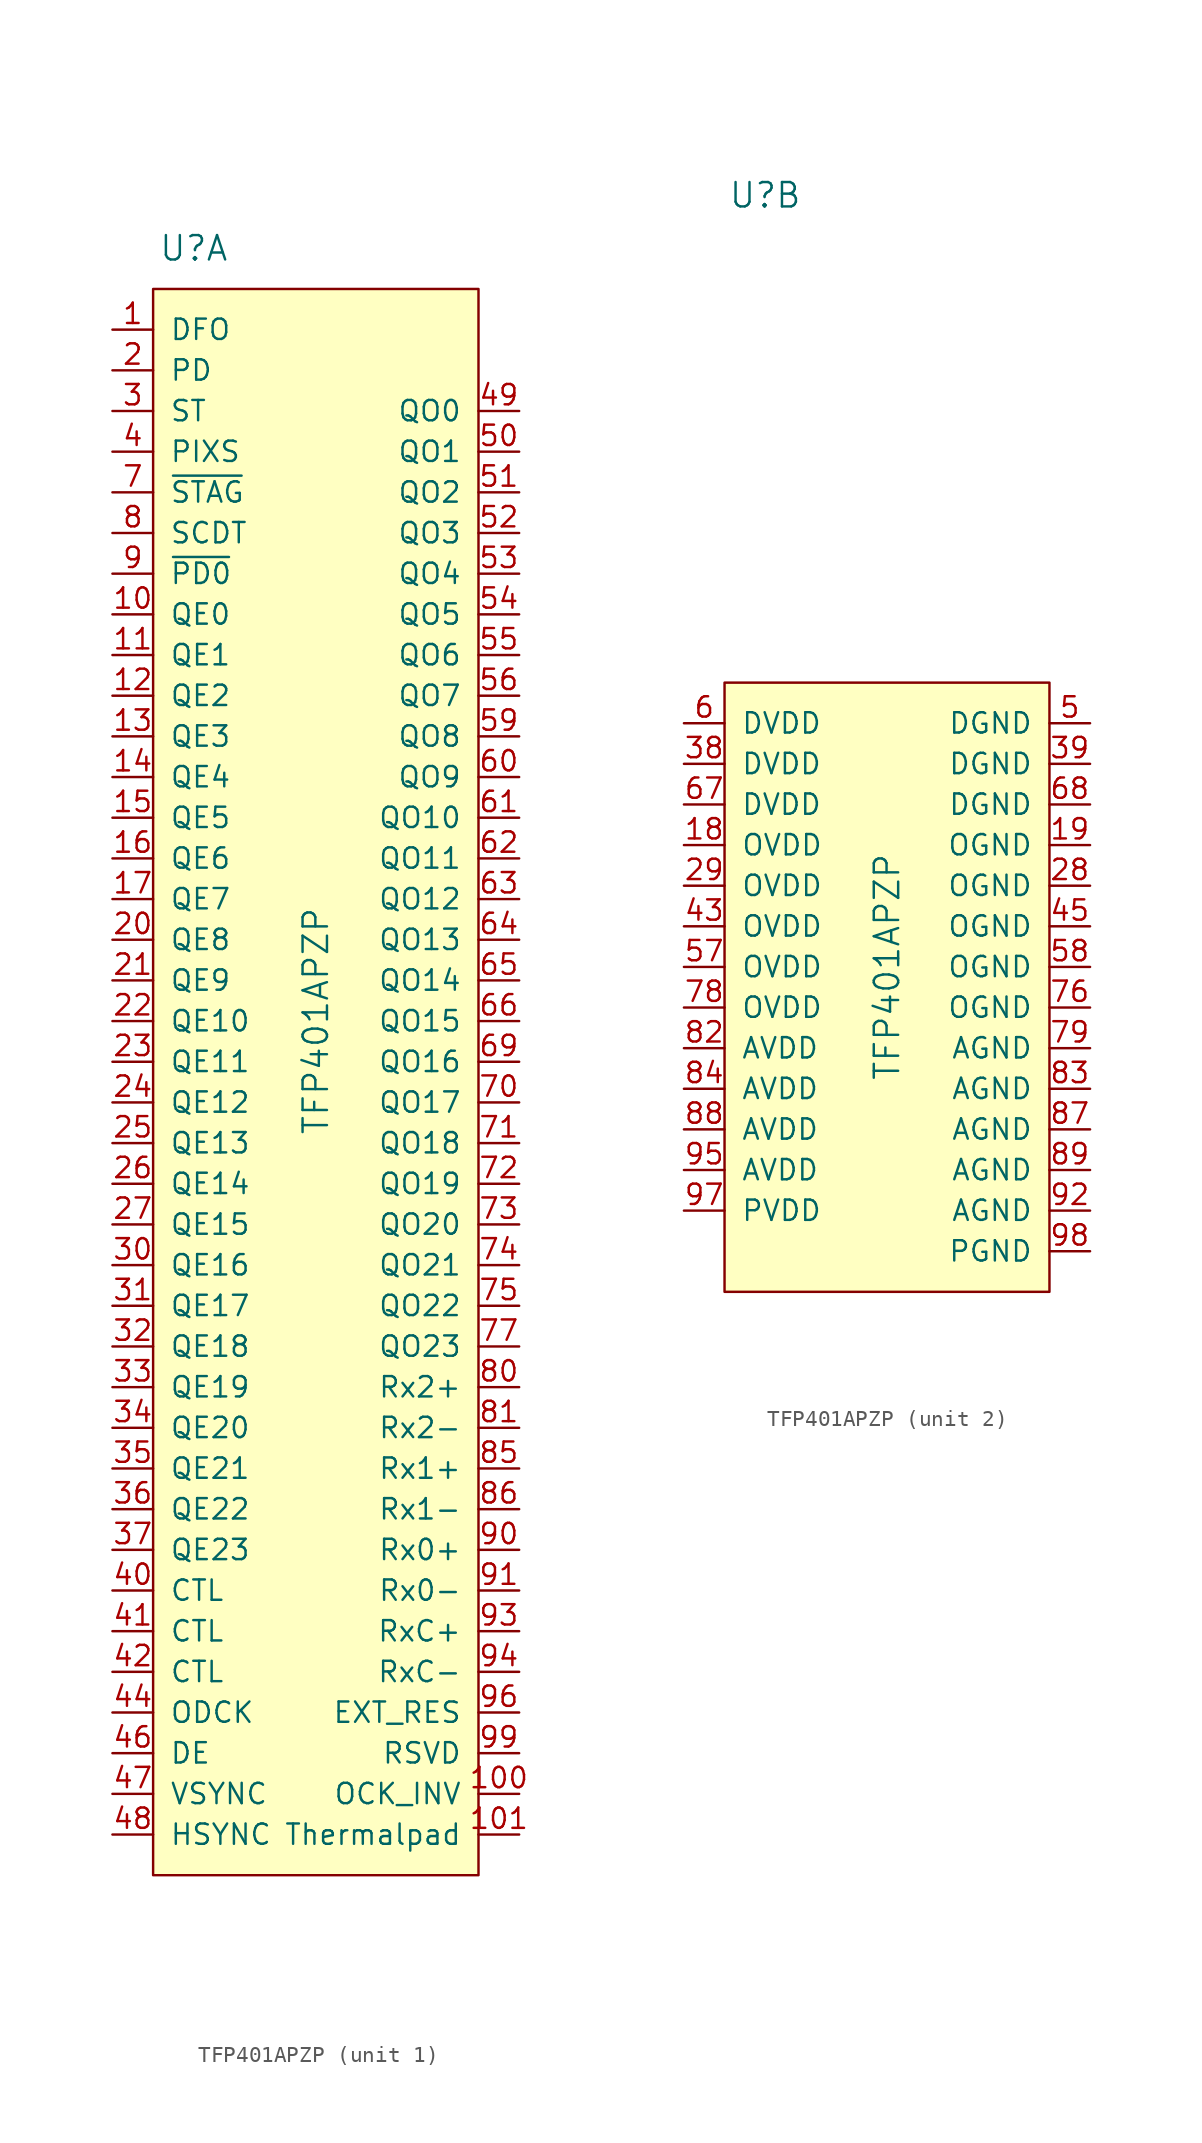
<source format=kicad_sym>
(kicad_symbol_lib
  (version 20220914)
  (generator kicad_symbol_editor)
  (symbol "TFP401APZP"
    (pin_names
      (offset 1.016))
    (property "Reference" "U"
      (at -10.16 48.26 0)
      (effects (font (size 1.524 1.524))))
    (property "Value" "TFP401APZP"
      (at -2.54 0 90)
      (effects (font (size 1.524 1.524))))
    (property "ki_locked" ""
      (at 0 0 0)
      (effects (font (size 1.27 1.27))))
    (symbol "TFP401APZP_1_1"
      (rectangle (start -12.7 45.72) (end 7.62 -53.34) (stroke (width 0) (type solid)) (fill (type background)))
      (pin input line (at -15.24 43.18 0) (length 2.54) (name "DFO" (effects (font (size 1.27 1.27)))) (number "1" (effects (font (size 1.27 1.27)))))
      (pin output line (at -15.24 25.4 0) (length 2.54) (name "QE0" (effects (font (size 1.27 1.27)))) (number "10" (effects (font (size 1.27 1.27)))))
      (pin input line (at 10.16 -48.26 180) (length 2.54) (name "OCK_INV" (effects (font (size 1.27 1.27)))) (number "100" (effects (font (size 1.27 1.27)))))
      (pin passive line (at 10.16 -50.8 180) (length 2.54) (name "Thermalpad" (effects (font (size 1.27 1.27)))) (number "101" (effects (font (size 1.27 1.27)))))
      (pin output line (at -15.24 22.86 0) (length 2.54) (name "QE1" (effects (font (size 1.27 1.27)))) (number "11" (effects (font (size 1.27 1.27)))))
      (pin output line (at -15.24 20.32 0) (length 2.54) (name "QE2" (effects (font (size 1.27 1.27)))) (number "12" (effects (font (size 1.27 1.27)))))
      (pin output line (at -15.24 17.78 0) (length 2.54) (name "QE3" (effects (font (size 1.27 1.27)))) (number "13" (effects (font (size 1.27 1.27)))))
      (pin output line (at -15.24 15.24 0) (length 2.54) (name "QE4" (effects (font (size 1.27 1.27)))) (number "14" (effects (font (size 1.27 1.27)))))
      (pin output line (at -15.24 12.7 0) (length 2.54) (name "QE5" (effects (font (size 1.27 1.27)))) (number "15" (effects (font (size 1.27 1.27)))))
      (pin output line (at -15.24 10.16 0) (length 2.54) (name "QE6" (effects (font (size 1.27 1.27)))) (number "16" (effects (font (size 1.27 1.27)))))
      (pin output line (at -15.24 7.62 0) (length 2.54) (name "QE7" (effects (font (size 1.27 1.27)))) (number "17" (effects (font (size 1.27 1.27)))))
      (pin input line (at -15.24 40.64 0) (length 2.54) (name "PD" (effects (font (size 1.27 1.27)))) (number "2" (effects (font (size 1.27 1.27)))))
      (pin output line (at -15.24 5.08 0) (length 2.54) (name "QE8" (effects (font (size 1.27 1.27)))) (number "20" (effects (font (size 1.27 1.27)))))
      (pin output line (at -15.24 2.54 0) (length 2.54) (name "QE9" (effects (font (size 1.27 1.27)))) (number "21" (effects (font (size 1.27 1.27)))))
      (pin output line (at -15.24 0 0) (length 2.54) (name "QE10" (effects (font (size 1.27 1.27)))) (number "22" (effects (font (size 1.27 1.27)))))
      (pin output line (at -15.24 -2.54 0) (length 2.54) (name "QE11" (effects (font (size 1.27 1.27)))) (number "23" (effects (font (size 1.27 1.27)))))
      (pin output line (at -15.24 -5.08 0) (length 2.54) (name "QE12" (effects (font (size 1.27 1.27)))) (number "24" (effects (font (size 1.27 1.27)))))
      (pin output line (at -15.24 -7.62 0) (length 2.54) (name "QE13" (effects (font (size 1.27 1.27)))) (number "25" (effects (font (size 1.27 1.27)))))
      (pin output line (at -15.24 -10.16 0) (length 2.54) (name "QE14" (effects (font (size 1.27 1.27)))) (number "26" (effects (font (size 1.27 1.27)))))
      (pin output line (at -15.24 -12.7 0) (length 2.54) (name "QE15" (effects (font (size 1.27 1.27)))) (number "27" (effects (font (size 1.27 1.27)))))
      (pin output line (at -15.24 38.1 0) (length 2.54) (name "ST" (effects (font (size 1.27 1.27)))) (number "3" (effects (font (size 1.27 1.27)))))
      (pin output line (at -15.24 -15.24 0) (length 2.54) (name "QE16" (effects (font (size 1.27 1.27)))) (number "30" (effects (font (size 1.27 1.27)))))
      (pin output line (at -15.24 -17.78 0) (length 2.54) (name "QE17" (effects (font (size 1.27 1.27)))) (number "31" (effects (font (size 1.27 1.27)))))
      (pin output line (at -15.24 -20.32 0) (length 2.54) (name "QE18" (effects (font (size 1.27 1.27)))) (number "32" (effects (font (size 1.27 1.27)))))
      (pin output line (at -15.24 -22.86 0) (length 2.54) (name "QE19" (effects (font (size 1.27 1.27)))) (number "33" (effects (font (size 1.27 1.27)))))
      (pin output line (at -15.24 -25.4 0) (length 2.54) (name "QE20" (effects (font (size 1.27 1.27)))) (number "34" (effects (font (size 1.27 1.27)))))
      (pin output line (at -15.24 -27.94 0) (length 2.54) (name "QE21" (effects (font (size 1.27 1.27)))) (number "35" (effects (font (size 1.27 1.27)))))
      (pin output line (at -15.24 -30.48 0) (length 2.54) (name "QE22" (effects (font (size 1.27 1.27)))) (number "36" (effects (font (size 1.27 1.27)))))
      (pin output line (at -15.24 -33.02 0) (length 2.54) (name "QE23" (effects (font (size 1.27 1.27)))) (number "37" (effects (font (size 1.27 1.27)))))
      (pin input line (at -15.24 35.56 0) (length 2.54) (name "PIXS" (effects (font (size 1.27 1.27)))) (number "4" (effects (font (size 1.27 1.27)))))
      (pin output line (at -15.24 -35.56 0) (length 2.54) (name "CTL" (effects (font (size 1.27 1.27)))) (number "40" (effects (font (size 1.27 1.27)))))
      (pin output line (at -15.24 -38.1 0) (length 2.54) (name "CTL" (effects (font (size 1.27 1.27)))) (number "41" (effects (font (size 1.27 1.27)))))
      (pin output line (at -15.24 -40.64 0) (length 2.54) (name "CTL" (effects (font (size 1.27 1.27)))) (number "42" (effects (font (size 1.27 1.27)))))
      (pin output line (at -15.24 -43.18 0) (length 2.54) (name "ODCK" (effects (font (size 1.27 1.27)))) (number "44" (effects (font (size 1.27 1.27)))))
      (pin output line (at -15.24 -45.72 0) (length 2.54) (name "DE" (effects (font (size 1.27 1.27)))) (number "46" (effects (font (size 1.27 1.27)))))
      (pin output line (at -15.24 -48.26 0) (length 2.54) (name "VSYNC" (effects (font (size 1.27 1.27)))) (number "47" (effects (font (size 1.27 1.27)))))
      (pin output line (at -15.24 -50.8 0) (length 2.54) (name "HSYNC" (effects (font (size 1.27 1.27)))) (number "48" (effects (font (size 1.27 1.27)))))
      (pin output line (at 10.16 38.1 180) (length 2.54) (name "QO0" (effects (font (size 1.27 1.27)))) (number "49" (effects (font (size 1.27 1.27)))))
      (pin output line (at 10.16 35.56 180) (length 2.54) (name "QO1" (effects (font (size 1.27 1.27)))) (number "50" (effects (font (size 1.27 1.27)))))
      (pin output line (at 10.16 33.02 180) (length 2.54) (name "QO2" (effects (font (size 1.27 1.27)))) (number "51" (effects (font (size 1.27 1.27)))))
      (pin output line (at 10.16 30.48 180) (length 2.54) (name "QO3" (effects (font (size 1.27 1.27)))) (number "52" (effects (font (size 1.27 1.27)))))
      (pin output line (at 10.16 27.94 180) (length 2.54) (name "QO4" (effects (font (size 1.27 1.27)))) (number "53" (effects (font (size 1.27 1.27)))))
      (pin output line (at 10.16 25.4 180) (length 2.54) (name "QO5" (effects (font (size 1.27 1.27)))) (number "54" (effects (font (size 1.27 1.27)))))
      (pin output line (at 10.16 22.86 180) (length 2.54) (name "QO6" (effects (font (size 1.27 1.27)))) (number "55" (effects (font (size 1.27 1.27)))))
      (pin output line (at 10.16 20.32 180) (length 2.54) (name "QO7" (effects (font (size 1.27 1.27)))) (number "56" (effects (font (size 1.27 1.27)))))
      (pin output line (at 10.16 17.78 180) (length 2.54) (name "QO8" (effects (font (size 1.27 1.27)))) (number "59" (effects (font (size 1.27 1.27)))))
      (pin output line (at 10.16 15.24 180) (length 2.54) (name "QO9" (effects (font (size 1.27 1.27)))) (number "60" (effects (font (size 1.27 1.27)))))
      (pin output line (at 10.16 12.7 180) (length 2.54) (name "QO10" (effects (font (size 1.27 1.27)))) (number "61" (effects (font (size 1.27 1.27)))))
      (pin output line (at 10.16 10.16 180) (length 2.54) (name "QO11" (effects (font (size 1.27 1.27)))) (number "62" (effects (font (size 1.27 1.27)))))
      (pin output line (at 10.16 7.62 180) (length 2.54) (name "QO12" (effects (font (size 1.27 1.27)))) (number "63" (effects (font (size 1.27 1.27)))))
      (pin output line (at 10.16 5.08 180) (length 2.54) (name "QO13" (effects (font (size 1.27 1.27)))) (number "64" (effects (font (size 1.27 1.27)))))
      (pin output line (at 10.16 2.54 180) (length 2.54) (name "QO14" (effects (font (size 1.27 1.27)))) (number "65" (effects (font (size 1.27 1.27)))))
      (pin output line (at 10.16 0 180) (length 2.54) (name "QO15" (effects (font (size 1.27 1.27)))) (number "66" (effects (font (size 1.27 1.27)))))
      (pin output line (at 10.16 -2.54 180) (length 2.54) (name "QO16" (effects (font (size 1.27 1.27)))) (number "69" (effects (font (size 1.27 1.27)))))
      (pin input line (at -15.24 33.02 0) (length 2.54) (name "~{STAG}" (effects (font (size 1.27 1.27)))) (number "7" (effects (font (size 1.27 1.27)))))
      (pin output line (at 10.16 -5.08 180) (length 2.54) (name "QO17" (effects (font (size 1.27 1.27)))) (number "70" (effects (font (size 1.27 1.27)))))
      (pin output line (at 10.16 -7.62 180) (length 2.54) (name "QO18" (effects (font (size 1.27 1.27)))) (number "71" (effects (font (size 1.27 1.27)))))
      (pin output line (at 10.16 -10.16 180) (length 2.54) (name "QO19" (effects (font (size 1.27 1.27)))) (number "72" (effects (font (size 1.27 1.27)))))
      (pin output line (at 10.16 -12.7 180) (length 2.54) (name "QO20" (effects (font (size 1.27 1.27)))) (number "73" (effects (font (size 1.27 1.27)))))
      (pin output line (at 10.16 -15.24 180) (length 2.54) (name "QO21" (effects (font (size 1.27 1.27)))) (number "74" (effects (font (size 1.27 1.27)))))
      (pin output line (at 10.16 -17.78 180) (length 2.54) (name "QO22" (effects (font (size 1.27 1.27)))) (number "75" (effects (font (size 1.27 1.27)))))
      (pin output line (at 10.16 -20.32 180) (length 2.54) (name "QO23" (effects (font (size 1.27 1.27)))) (number "77" (effects (font (size 1.27 1.27)))))
      (pin output line (at -15.24 30.48 0) (length 2.54) (name "SCDT" (effects (font (size 1.27 1.27)))) (number "8" (effects (font (size 1.27 1.27)))))
      (pin input line (at 10.16 -22.86 180) (length 2.54) (name "Rx2+" (effects (font (size 1.27 1.27)))) (number "80" (effects (font (size 1.27 1.27)))))
      (pin input line (at 10.16 -25.4 180) (length 2.54) (name "Rx2-" (effects (font (size 1.27 1.27)))) (number "81" (effects (font (size 1.27 1.27)))))
      (pin input line (at 10.16 -27.94 180) (length 2.54) (name "Rx1+" (effects (font (size 1.27 1.27)))) (number "85" (effects (font (size 1.27 1.27)))))
      (pin input line (at 10.16 -30.48 180) (length 2.54) (name "Rx1-" (effects (font (size 1.27 1.27)))) (number "86" (effects (font (size 1.27 1.27)))))
      (pin input line (at -15.24 27.94 0) (length 2.54) (name "~{PD0}" (effects (font (size 1.27 1.27)))) (number "9" (effects (font (size 1.27 1.27)))))
      (pin input line (at 10.16 -33.02 180) (length 2.54) (name "Rx0+" (effects (font (size 1.27 1.27)))) (number "90" (effects (font (size 1.27 1.27)))))
      (pin input line (at 10.16 -35.56 180) (length 2.54) (name "Rx0-" (effects (font (size 1.27 1.27)))) (number "91" (effects (font (size 1.27 1.27)))))
      (pin input line (at 10.16 -38.1 180) (length 2.54) (name "RxC+" (effects (font (size 1.27 1.27)))) (number "93" (effects (font (size 1.27 1.27)))))
      (pin input line (at 10.16 -40.64 180) (length 2.54) (name "RxC-" (effects (font (size 1.27 1.27)))) (number "94" (effects (font (size 1.27 1.27)))))
      (pin passive line (at 10.16 -43.18 180) (length 2.54) (name "EXT_RES" (effects (font (size 1.27 1.27)))) (number "96" (effects (font (size 1.27 1.27)))))
      (pin input line (at 10.16 -45.72 180) (length 2.54) (name "RSVD" (effects (font (size 1.27 1.27)))) (number "99" (effects (font (size 1.27 1.27))))))
    (symbol "TFP401APZP_2_1"
      (rectangle (start -12.7 17.78) (end 7.62 -20.32) (stroke (width 0) (type solid)) (fill (type background)))
      (pin power_in line (at -15.24 7.62 0) (length 2.54) (name "OVDD" (effects (font (size 1.27 1.27)))) (number "18" (effects (font (size 1.27 1.27)))))
      (pin power_in line (at 10.16 7.62 180) (length 2.54) (name "OGND" (effects (font (size 1.27 1.27)))) (number "19" (effects (font (size 1.27 1.27)))))
      (pin power_in line (at 10.16 5.08 180) (length 2.54) (name "OGND" (effects (font (size 1.27 1.27)))) (number "28" (effects (font (size 1.27 1.27)))))
      (pin power_in line (at -15.24 5.08 0) (length 2.54) (name "OVDD" (effects (font (size 1.27 1.27)))) (number "29" (effects (font (size 1.27 1.27)))))
      (pin power_in line (at -15.24 12.7 0) (length 2.54) (name "DVDD" (effects (font (size 1.27 1.27)))) (number "38" (effects (font (size 1.27 1.27)))))
      (pin power_in line (at 10.16 12.7 180) (length 2.54) (name "DGND" (effects (font (size 1.27 1.27)))) (number "39" (effects (font (size 1.27 1.27)))))
      (pin power_in line (at -15.24 2.54 0) (length 2.54) (name "OVDD" (effects (font (size 1.27 1.27)))) (number "43" (effects (font (size 1.27 1.27)))))
      (pin power_in line (at 10.16 2.54 180) (length 2.54) (name "OGND" (effects (font (size 1.27 1.27)))) (number "45" (effects (font (size 1.27 1.27)))))
      (pin power_in line (at 10.16 15.24 180) (length 2.54) (name "DGND" (effects (font (size 1.27 1.27)))) (number "5" (effects (font (size 1.27 1.27)))))
      (pin power_in line (at -15.24 0 0) (length 2.54) (name "OVDD" (effects (font (size 1.27 1.27)))) (number "57" (effects (font (size 1.27 1.27)))))
      (pin power_in line (at 10.16 0 180) (length 2.54) (name "OGND" (effects (font (size 1.27 1.27)))) (number "58" (effects (font (size 1.27 1.27)))))
      (pin power_in line (at -15.24 15.24 0) (length 2.54) (name "DVDD" (effects (font (size 1.27 1.27)))) (number "6" (effects (font (size 1.27 1.27)))))
      (pin power_in line (at -15.24 10.16 0) (length 2.54) (name "DVDD" (effects (font (size 1.27 1.27)))) (number "67" (effects (font (size 1.27 1.27)))))
      (pin power_in line (at 10.16 10.16 180) (length 2.54) (name "DGND" (effects (font (size 1.27 1.27)))) (number "68" (effects (font (size 1.27 1.27)))))
      (pin power_in line (at 10.16 -2.54 180) (length 2.54) (name "OGND" (effects (font (size 1.27 1.27)))) (number "76" (effects (font (size 1.27 1.27)))))
      (pin power_in line (at -15.24 -2.54 0) (length 2.54) (name "OVDD" (effects (font (size 1.27 1.27)))) (number "78" (effects (font (size 1.27 1.27)))))
      (pin power_in line (at 10.16 -5.08 180) (length 2.54) (name "AGND" (effects (font (size 1.27 1.27)))) (number "79" (effects (font (size 1.27 1.27)))))
      (pin power_in line (at -15.24 -5.08 0) (length 2.54) (name "AVDD" (effects (font (size 1.27 1.27)))) (number "82" (effects (font (size 1.27 1.27)))))
      (pin power_in line (at 10.16 -7.62 180) (length 2.54) (name "AGND" (effects (font (size 1.27 1.27)))) (number "83" (effects (font (size 1.27 1.27)))))
      (pin power_in line (at -15.24 -7.62 0) (length 2.54) (name "AVDD" (effects (font (size 1.27 1.27)))) (number "84" (effects (font (size 1.27 1.27)))))
      (pin power_in line (at 10.16 -10.16 180) (length 2.54) (name "AGND" (effects (font (size 1.27 1.27)))) (number "87" (effects (font (size 1.27 1.27)))))
      (pin power_in line (at -15.24 -10.16 0) (length 2.54) (name "AVDD" (effects (font (size 1.27 1.27)))) (number "88" (effects (font (size 1.27 1.27)))))
      (pin power_in line (at 10.16 -12.7 180) (length 2.54) (name "AGND" (effects (font (size 1.27 1.27)))) (number "89" (effects (font (size 1.27 1.27)))))
      (pin power_in line (at 10.16 -15.24 180) (length 2.54) (name "AGND" (effects (font (size 1.27 1.27)))) (number "92" (effects (font (size 1.27 1.27)))))
      (pin power_in line (at -15.24 -12.7 0) (length 2.54) (name "AVDD" (effects (font (size 1.27 1.27)))) (number "95" (effects (font (size 1.27 1.27)))))
      (pin power_in line (at -15.24 -15.24 0) (length 2.54) (name "PVDD" (effects (font (size 1.27 1.27)))) (number "97" (effects (font (size 1.27 1.27)))))
      (pin power_in line (at 10.16 -17.78 180) (length 2.54) (name "PGND" (effects (font (size 1.27 1.27)))) (number "98" (effects (font (size 1.27 1.27))))))))
</source>
